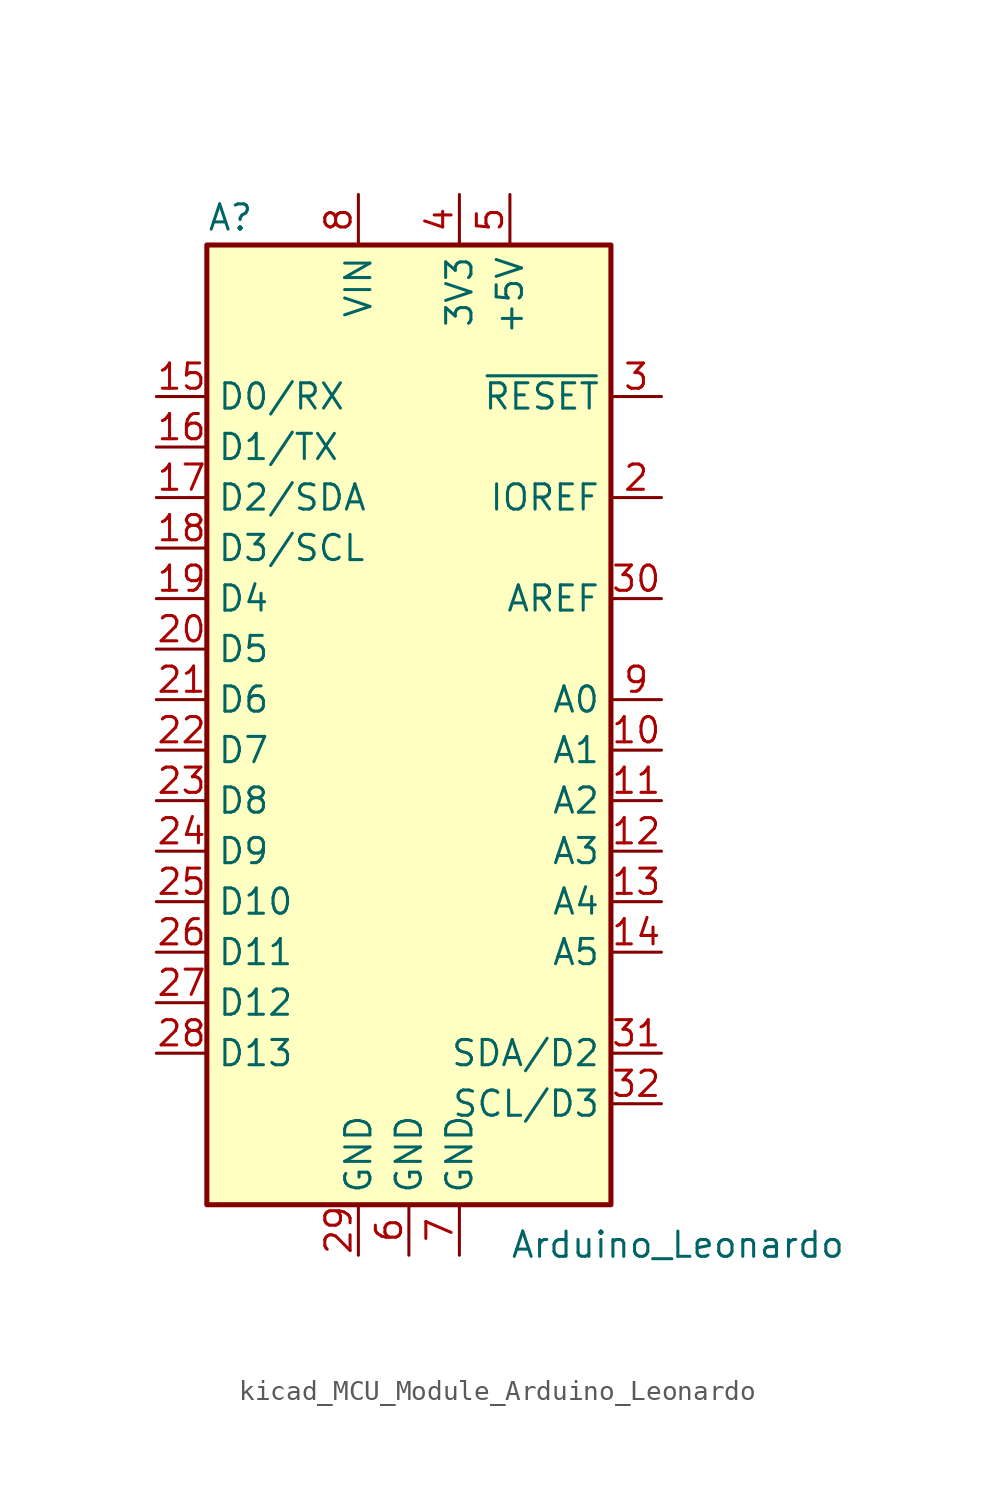
<source format=kicad_sym>
(kicad_symbol_lib
  (version 20220914)
  (generator kicad_symbol_editor)
  (symbol "kicad_MCU_Module_Arduino_Leonardo"
    (property "Reference" "A"
      (at -10.16 23.495 0)
      (effects (font (size 1.27 1.27)) (justify left bottom)))
    (property "Value" "Arduino_Leonardo"
      (at 5.08 -26.67 0)
      (effects (font (size 1.27 1.27)) (justify left top)))
    (symbol "kicad_MCU_Module_Arduino_Leonardo_0_1"
      (rectangle (start -10.16 22.86) (end 10.16 -25.4) (stroke (width 0.254) (type default)) (fill (type background))))
    (symbol "kicad_MCU_Module_Arduino_Leonardo_1_1"
      (pin no_connect line (at -10.16 -20.32 0) (length 2.54) hide (name "NC" (effects (font (size 1.27 1.27)))) (number "1" (effects (font (size 1.27 1.27)))))
      (pin bidirectional line (at 12.7 -2.54 180) (length 2.54) (name "A1" (effects (font (size 1.27 1.27)))) (number "10" (effects (font (size 1.27 1.27)))))
      (pin bidirectional line (at 12.7 -5.08 180) (length 2.54) (name "A2" (effects (font (size 1.27 1.27)))) (number "11" (effects (font (size 1.27 1.27)))))
      (pin bidirectional line (at 12.7 -7.62 180) (length 2.54) (name "A3" (effects (font (size 1.27 1.27)))) (number "12" (effects (font (size 1.27 1.27)))))
      (pin bidirectional line (at 12.7 -10.16 180) (length 2.54) (name "A4" (effects (font (size 1.27 1.27)))) (number "13" (effects (font (size 1.27 1.27)))))
      (pin bidirectional line (at 12.7 -12.7 180) (length 2.54) (name "A5" (effects (font (size 1.27 1.27)))) (number "14" (effects (font (size 1.27 1.27)))))
      (pin bidirectional line (at -12.7 15.24 0) (length 2.54) (name "D0/RX" (effects (font (size 1.27 1.27)))) (number "15" (effects (font (size 1.27 1.27)))))
      (pin bidirectional line (at -12.7 12.7 0) (length 2.54) (name "D1/TX" (effects (font (size 1.27 1.27)))) (number "16" (effects (font (size 1.27 1.27)))))
      (pin bidirectional line (at -12.7 10.16 0) (length 2.54) (name "D2/SDA" (effects (font (size 1.27 1.27)))) (number "17" (effects (font (size 1.27 1.27)))))
      (pin bidirectional line (at -12.7 7.62 0) (length 2.54) (name "D3/SCL" (effects (font (size 1.27 1.27)))) (number "18" (effects (font (size 1.27 1.27)))))
      (pin bidirectional line (at -12.7 5.08 0) (length 2.54) (name "D4" (effects (font (size 1.27 1.27)))) (number "19" (effects (font (size 1.27 1.27)))))
      (pin output line (at 12.7 10.16 180) (length 2.54) (name "IOREF" (effects (font (size 1.27 1.27)))) (number "2" (effects (font (size 1.27 1.27)))))
      (pin bidirectional line (at -12.7 2.54 0) (length 2.54) (name "D5" (effects (font (size 1.27 1.27)))) (number "20" (effects (font (size 1.27 1.27)))))
      (pin bidirectional line (at -12.7 0 0) (length 2.54) (name "D6" (effects (font (size 1.27 1.27)))) (number "21" (effects (font (size 1.27 1.27)))))
      (pin bidirectional line (at -12.7 -2.54 0) (length 2.54) (name "D7" (effects (font (size 1.27 1.27)))) (number "22" (effects (font (size 1.27 1.27)))))
      (pin bidirectional line (at -12.7 -5.08 0) (length 2.54) (name "D8" (effects (font (size 1.27 1.27)))) (number "23" (effects (font (size 1.27 1.27)))))
      (pin bidirectional line (at -12.7 -7.62 0) (length 2.54) (name "D9" (effects (font (size 1.27 1.27)))) (number "24" (effects (font (size 1.27 1.27)))))
      (pin bidirectional line (at -12.7 -10.16 0) (length 2.54) (name "D10" (effects (font (size 1.27 1.27)))) (number "25" (effects (font (size 1.27 1.27)))))
      (pin bidirectional line (at -12.7 -12.7 0) (length 2.54) (name "D11" (effects (font (size 1.27 1.27)))) (number "26" (effects (font (size 1.27 1.27)))))
      (pin bidirectional line (at -12.7 -15.24 0) (length 2.54) (name "D12" (effects (font (size 1.27 1.27)))) (number "27" (effects (font (size 1.27 1.27)))))
      (pin bidirectional line (at -12.7 -17.78 0) (length 2.54) (name "D13" (effects (font (size 1.27 1.27)))) (number "28" (effects (font (size 1.27 1.27)))))
      (pin power_in line (at -2.54 -27.94 90) (length 2.54) (name "GND" (effects (font (size 1.27 1.27)))) (number "29" (effects (font (size 1.27 1.27)))))
      (pin input line (at 12.7 15.24 180) (length 2.54) (name "~{RESET}" (effects (font (size 1.27 1.27)))) (number "3" (effects (font (size 1.27 1.27)))))
      (pin input line (at 12.7 5.08 180) (length 2.54) (name "AREF" (effects (font (size 1.27 1.27)))) (number "30" (effects (font (size 1.27 1.27)))))
      (pin bidirectional line (at 12.7 -17.78 180) (length 2.54) (name "SDA/D2" (effects (font (size 1.27 1.27)))) (number "31" (effects (font (size 1.27 1.27)))))
      (pin bidirectional line (at 12.7 -20.32 180) (length 2.54) (name "SCL/D3" (effects (font (size 1.27 1.27)))) (number "32" (effects (font (size 1.27 1.27)))))
      (pin power_out line (at 2.54 25.4 270) (length 2.54) (name "3V3" (effects (font (size 1.27 1.27)))) (number "4" (effects (font (size 1.27 1.27)))))
      (pin power_out line (at 5.08 25.4 270) (length 2.54) (name "+5V" (effects (font (size 1.27 1.27)))) (number "5" (effects (font (size 1.27 1.27)))))
      (pin power_in line (at 0 -27.94 90) (length 2.54) (name "GND" (effects (font (size 1.27 1.27)))) (number "6" (effects (font (size 1.27 1.27)))))
      (pin power_in line (at 2.54 -27.94 90) (length 2.54) (name "GND" (effects (font (size 1.27 1.27)))) (number "7" (effects (font (size 1.27 1.27)))))
      (pin power_in line (at -2.54 25.4 270) (length 2.54) (name "VIN" (effects (font (size 1.27 1.27)))) (number "8" (effects (font (size 1.27 1.27)))))
      (pin bidirectional line (at 12.7 0 180) (length 2.54) (name "A0" (effects (font (size 1.27 1.27)))) (number "9" (effects (font (size 1.27 1.27))))))))
</source>
